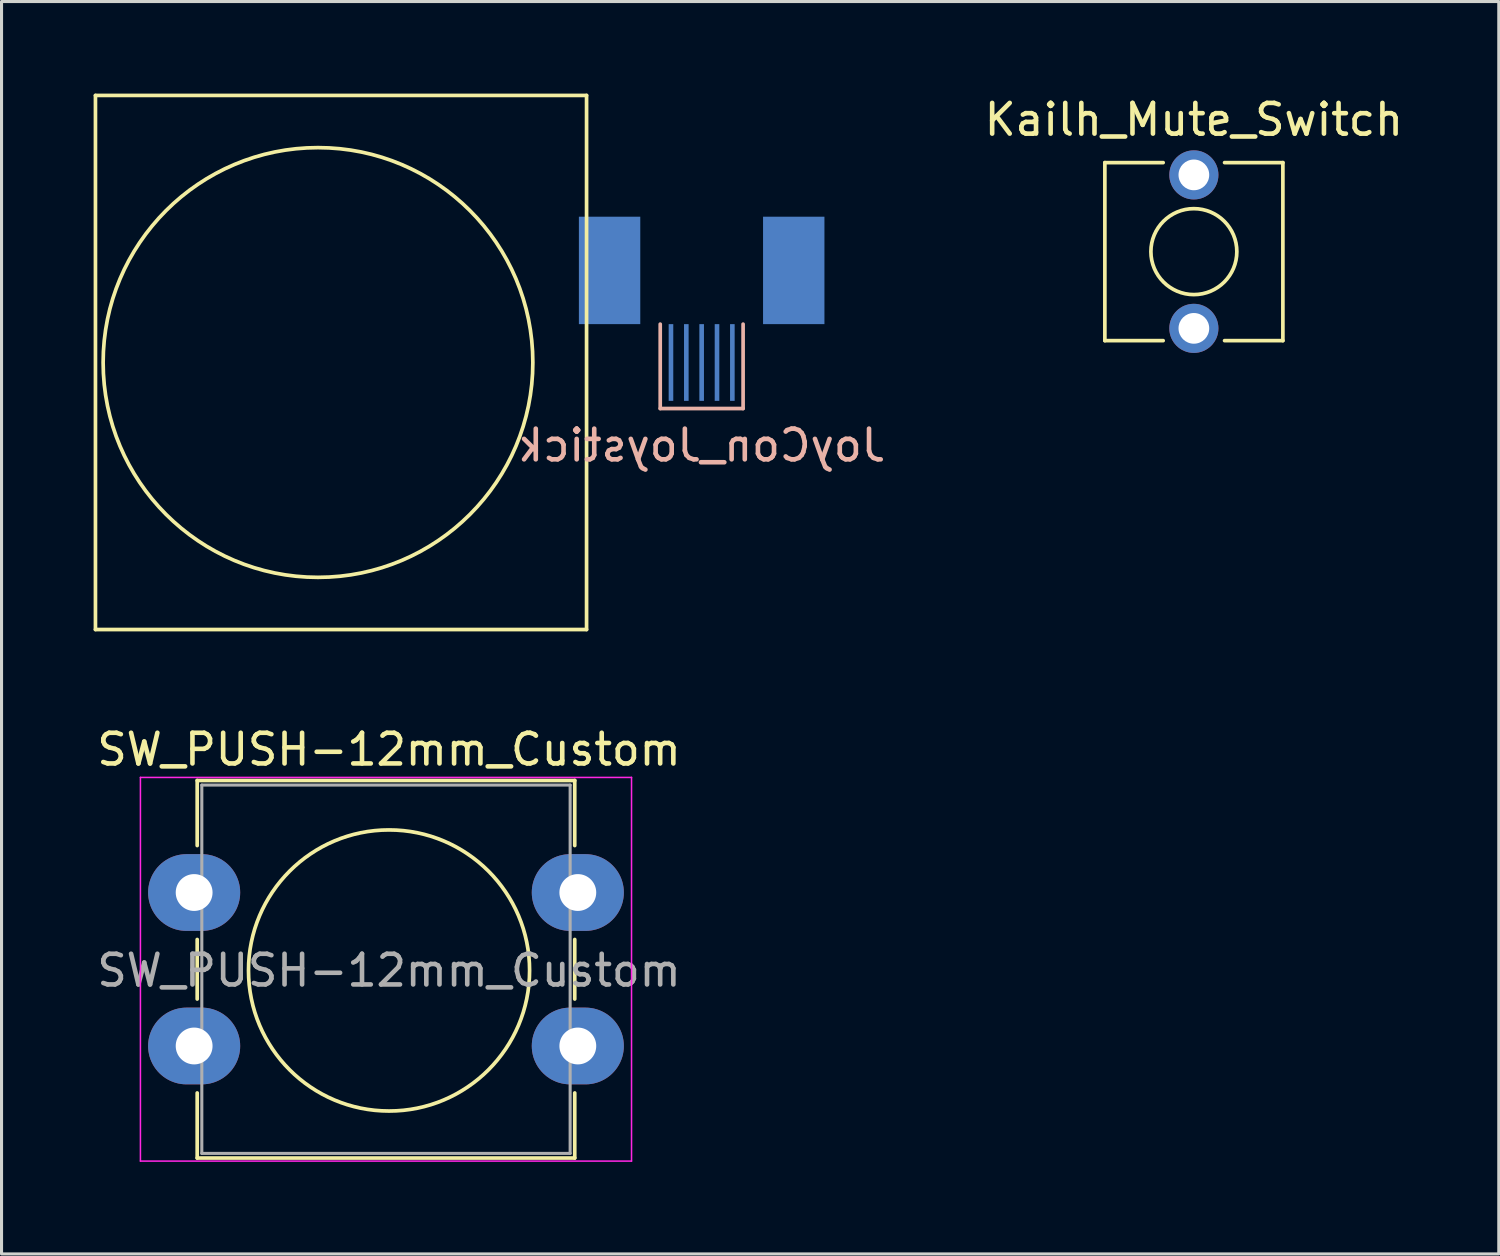
<source format=kicad_pcb>
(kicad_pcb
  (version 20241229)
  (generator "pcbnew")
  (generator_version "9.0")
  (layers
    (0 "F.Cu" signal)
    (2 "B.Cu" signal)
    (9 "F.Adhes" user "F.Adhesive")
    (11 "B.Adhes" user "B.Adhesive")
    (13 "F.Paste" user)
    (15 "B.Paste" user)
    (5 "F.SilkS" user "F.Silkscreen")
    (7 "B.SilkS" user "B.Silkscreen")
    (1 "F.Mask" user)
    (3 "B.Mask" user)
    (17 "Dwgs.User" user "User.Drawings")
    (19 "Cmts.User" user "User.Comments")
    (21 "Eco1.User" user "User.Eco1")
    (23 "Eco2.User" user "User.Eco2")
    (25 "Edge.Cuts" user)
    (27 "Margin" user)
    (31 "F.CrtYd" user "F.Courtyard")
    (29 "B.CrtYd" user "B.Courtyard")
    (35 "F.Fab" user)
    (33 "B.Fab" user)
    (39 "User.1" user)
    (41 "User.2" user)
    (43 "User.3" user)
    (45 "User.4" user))
  (footprint "Kailh_Mute_Switch"
    (layer "F.Cu")
    (at 35.846 5.148)
    (property "Reference" "Kailh_Mute_Switch" (at 0 -4.3 0) (layer "F.SilkS") (effects (font (size 1 1) (thickness 0.15))))
    (attr through_hole)
    (fp_line (start -2.9 -2.9) (end -1 -2.9) (stroke (width 0.12) (type solid)) (layer "F.SilkS"))
    (fp_line (start -2.9 2.9) (end -2.9 -2.9) (stroke (width 0.12) (type solid)) (layer "F.SilkS"))
    (fp_line (start -1 2.9) (end -2.9 2.9) (stroke (width 0.12) (type solid)) (layer "F.SilkS"))
    (fp_line (start 1 -2.9) (end 2.9 -2.9) (stroke (width 0.12) (type solid)) (layer "F.SilkS"))
    (fp_line (start 1 2.9) (end 2.9 2.9) (stroke (width 0.12) (type solid)) (layer "F.SilkS"))
    (fp_line (start 2.9 -2.9) (end 2.9 2.9) (stroke (width 0.12) (type solid)) (layer "F.SilkS"))
    (fp_circle (center 0 0) (end 1.4 0) (stroke (width 0.12) (type solid)) (fill no) (layer "F.SilkS"))
    (pad "1" thru_hole circle (at 0 -2.5) (size 1.6 1.6) (drill 1) (layers "*.Cu" "*.Mask"))
    (pad "2" thru_hole circle (at 0 2.5) (size 1.6 1.6) (drill 1) (layers "*.Cu" "*.Mask")))
  (footprint "SW_PUSH-12mm_Custom"
    (layer "F.Cu")
    (at 3.275 26.028)
    (property "Reference" "SW_PUSH-12mm_Custom" (at 6.35 -4.66 0) (layer "F.SilkS") (effects (font (size 1 1) (thickness 0.15))))
    (attr through_hole)
    (fp_line (start 0.1 -3.65) (end 12.4 -3.65) (stroke (width 0.12) (type solid)) (layer "F.SilkS"))
    (fp_line (start 0.1 -1.53) (end 0.1 -3.65) (stroke (width 0.12) (type solid)) (layer "F.SilkS"))
    (fp_line (start 0.1 3.47) (end 0.1 1.53) (stroke (width 0.12) (type solid)) (layer "F.SilkS"))
    (fp_line (start 0.1 8.65) (end 0.1 6.53) (stroke (width 0.12) (type solid)) (layer "F.SilkS"))
    (fp_line (start 12.4 -3.65) (end 12.4 -1.53) (stroke (width 0.12) (type solid)) (layer "F.SilkS"))
    (fp_line (start 12.4 1.53) (end 12.4 3.47) (stroke (width 0.12) (type solid)) (layer "F.SilkS"))
    (fp_line (start 12.4 6.53) (end 12.4 8.65) (stroke (width 0.12) (type solid)) (layer "F.SilkS"))
    (fp_line (start 12.4 8.65) (end 0.1 8.65) (stroke (width 0.12) (type solid)) (layer "F.SilkS"))
    (fp_circle (center 6.35 2.54) (end 10.929 2.54) (stroke (width 0.12) (type solid)) (fill no) (layer "F.SilkS"))
    (fp_line (start -1.75 -3.75) (end -1.75 8.75) (stroke (width 0.05) (type solid)) (layer "F.CrtYd"))
    (fp_line (start -1.75 8.75) (end 14.25 8.75) (stroke (width 0.05) (type solid)) (layer "F.CrtYd"))
    (fp_line (start 14.25 -3.75) (end -1.75 -3.75) (stroke (width 0.05) (type solid)) (layer "F.CrtYd"))
    (fp_line (start 14.25 8.75) (end 14.25 -3.75) (stroke (width 0.05) (type solid)) (layer "F.CrtYd"))
    (fp_line (start 0.25 -3.5) (end 0.25 8.5) (stroke (width 0.1) (type solid)) (layer "F.Fab"))
    (fp_line (start 0.25 8.5) (end 12.25 8.5) (stroke (width 0.1) (type solid)) (layer "F.Fab"))
    (fp_line (start 12.25 -3.5) (end 0.25 -3.5) (stroke (width 0.1) (type solid)) (layer "F.Fab"))
    (fp_line (start 12.25 8.5) (end 12.25 -3.5) (stroke (width 0.1) (type solid)) (layer "F.Fab"))
    (fp_text user "${REFERENCE}" (at 6.35 2.54 0) (layer "F.Fab") (effects (font (size 1 1) (thickness 0.15))))
    (pad "1" thru_hole oval (at 0 0) (size 3 2.5) (drill 1.2) (layers "*.Cu" "*.Mask"))
    (pad "1" thru_hole oval (at 12.5 0) (size 3 2.5) (drill 1.2) (layers "*.Cu" "*.Mask"))
    (pad "2" thru_hole oval (at 0 5) (size 3 2.5) (drill 1.2) (layers "*.Cu" "*.Mask"))
    (pad "2" thru_hole oval (at 12.5 5) (size 3 2.5) (drill 1.2) (layers "*.Cu" "*.Mask")))
  (footprint "JoyCon_Joystick"
    (layer "F.Cu")
    (at 7.31 8.76)
    (property "Reference" "JoyCon_Joystick" (at 12.5 2.7 0) (layer "B.SilkS") (effects (font (size 1 1) (thickness 0.15)) (justify mirror)))
    (attr through_hole)
    (fp_line (start -7.25 -8.7) (end 8.75 -8.7) (stroke (width 0.12) (type solid)) (layer "F.SilkS"))
    (fp_line (start -7.25 8.7) (end -7.25 -8.7) (stroke (width 0.12) (type solid)) (layer "F.SilkS"))
    (fp_line (start -7.25 8.7) (end 8.75 8.7) (stroke (width 0.12) (type solid)) (layer "F.SilkS"))
    (fp_line (start 8.75 -8.7) (end 8.75 8.7) (stroke (width 0.12) (type solid)) (layer "F.SilkS"))
    (fp_circle (center 0 0) (end 7 0) (stroke (width 0.12) (type solid)) (fill no) (layer "F.SilkS"))
    (fp_line (start 11.15 -1.25) (end 11.15 1.5) (stroke (width 0.12) (type solid)) (layer "B.SilkS"))
    (fp_line (start 11.15 1.5) (end 13.85 1.5) (stroke (width 0.12) (type solid)) (layer "B.SilkS"))
    (fp_line (start 13.85 1.5) (end 13.85 -1.25) (stroke (width 0.12) (type solid)) (layer "B.SilkS"))
    (pad "1" smd rect (at 13.5 0) (size 0.15 2.5) (layers "B.Cu" "B.Mask" "B.Paste"))
    (pad "2" smd rect (at 13 0) (size 0.15 2.5) (layers "B.Cu" "B.Mask" "B.Paste"))
    (pad "3" smd rect (at 12.5 0) (size 0.15 2.5) (layers "B.Cu" "B.Mask" "B.Paste"))
    (pad "4" smd rect (at 9.5 -3) (size 2 3.5) (layers "B.Cu" "B.Mask" "B.Paste"))
    (pad "4" smd rect (at 12 0) (size 0.15 2.5) (layers "B.Cu" "B.Mask" "B.Paste"))
    (pad "4" smd rect (at 15.5 -3) (size 2 3.5) (layers "B.Cu" "B.Mask" "B.Paste"))
    (pad "5" smd rect (at 11.5 0) (size 0.15 2.5) (layers "B.Cu" "B.Mask" "B.Paste")))
  (gr_rect
    (start -3 -3)
    (end 45.78 37.803)
    (stroke (width 0.1) (type default))
    (fill no)
    (layer "Edge.Cuts")))
</source>
